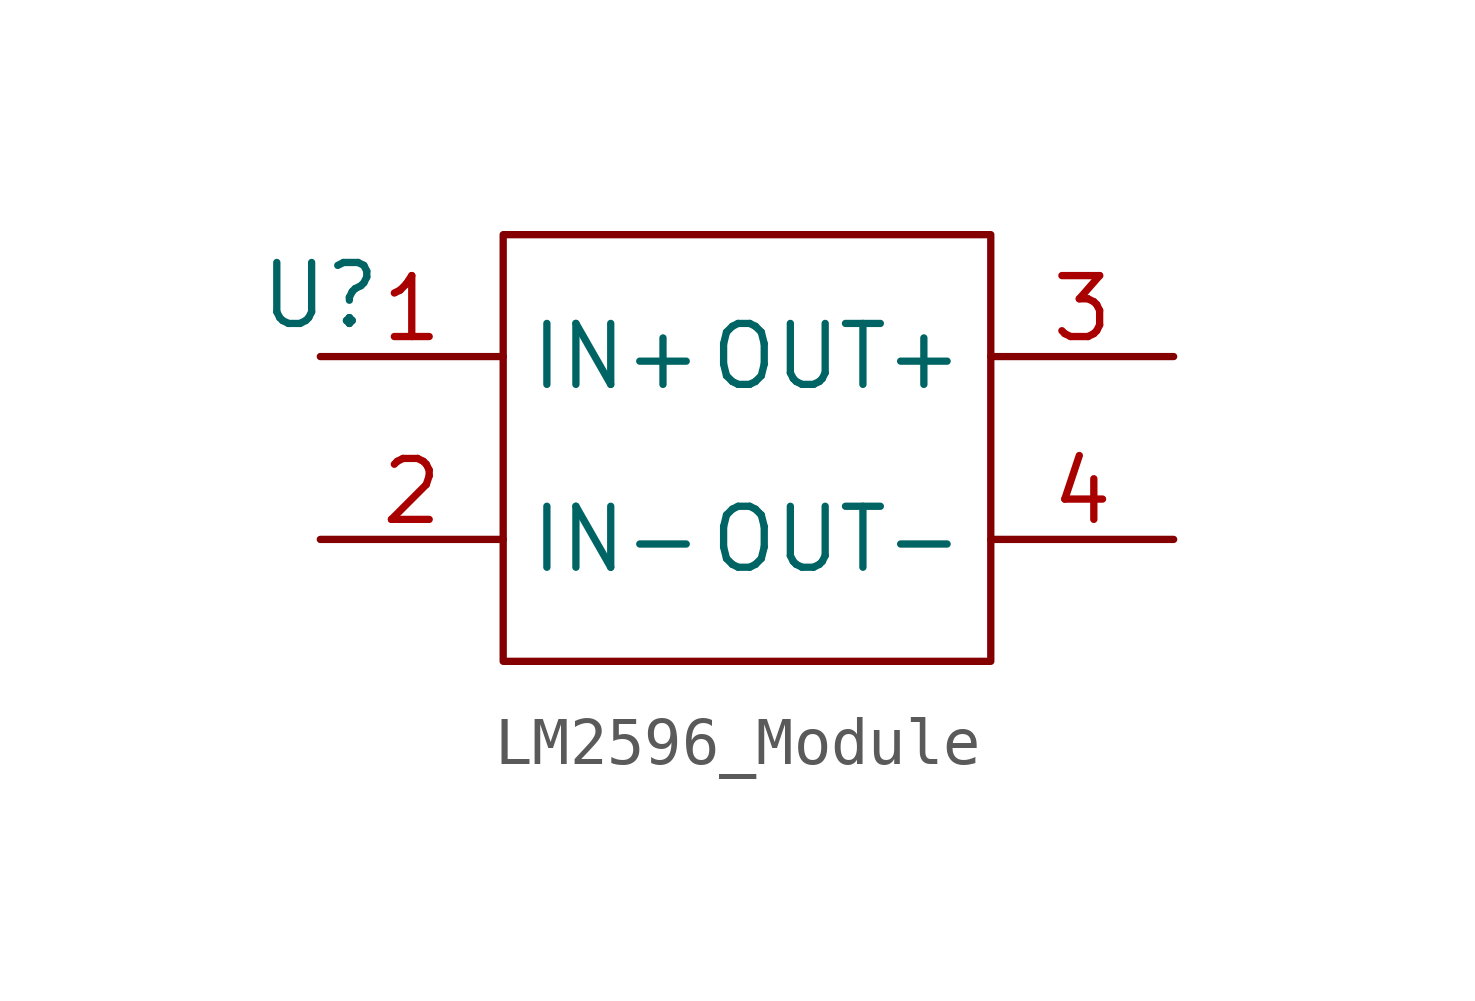
<source format=kicad_sym>
(kicad_symbol_lib
  (version 20220914)
  (generator kicad_symbol_editor)
  (symbol "LM2596_Module"
    (property "Reference" "U"
      (at 0 1.27 0)
      (effects (font (size 1.27 1.27))))
    (property "Value" ""
      (at 0 1.27 0)
      (effects (font (size 1.27 1.27))))
    (symbol "LM2596_Module_0_1"
      (rectangle (start 3.81 2.54) (end 13.97 -6.35) (stroke (width 0) (type default)) (fill (type none))))
    (symbol "LM2596_Module_1_0"
      (pin passive line (at 0 -3.81 0) (length 3.81) (name "IN-" (effects (font (size 1.27 1.27)))) (number "2" (effects (font (size 1.27 1.27))))))
    (symbol "LM2596_Module_1_1"
      (pin passive line (at 0 0 0) (length 3.81) (name "IN+" (effects (font (size 1.27 1.27)))) (number "1" (effects (font (size 1.27 1.27)))))
      (pin passive line (at 17.78 0 180) (length 3.81) (name "OUT+" (effects (font (size 1.27 1.27)))) (number "3" (effects (font (size 1.27 1.27)))))
      (pin passive line (at 17.78 -3.81 180) (length 3.81) (name "OUT-" (effects (font (size 1.27 1.27)))) (number "4" (effects (font (size 1.27 1.27))))))))
</source>
